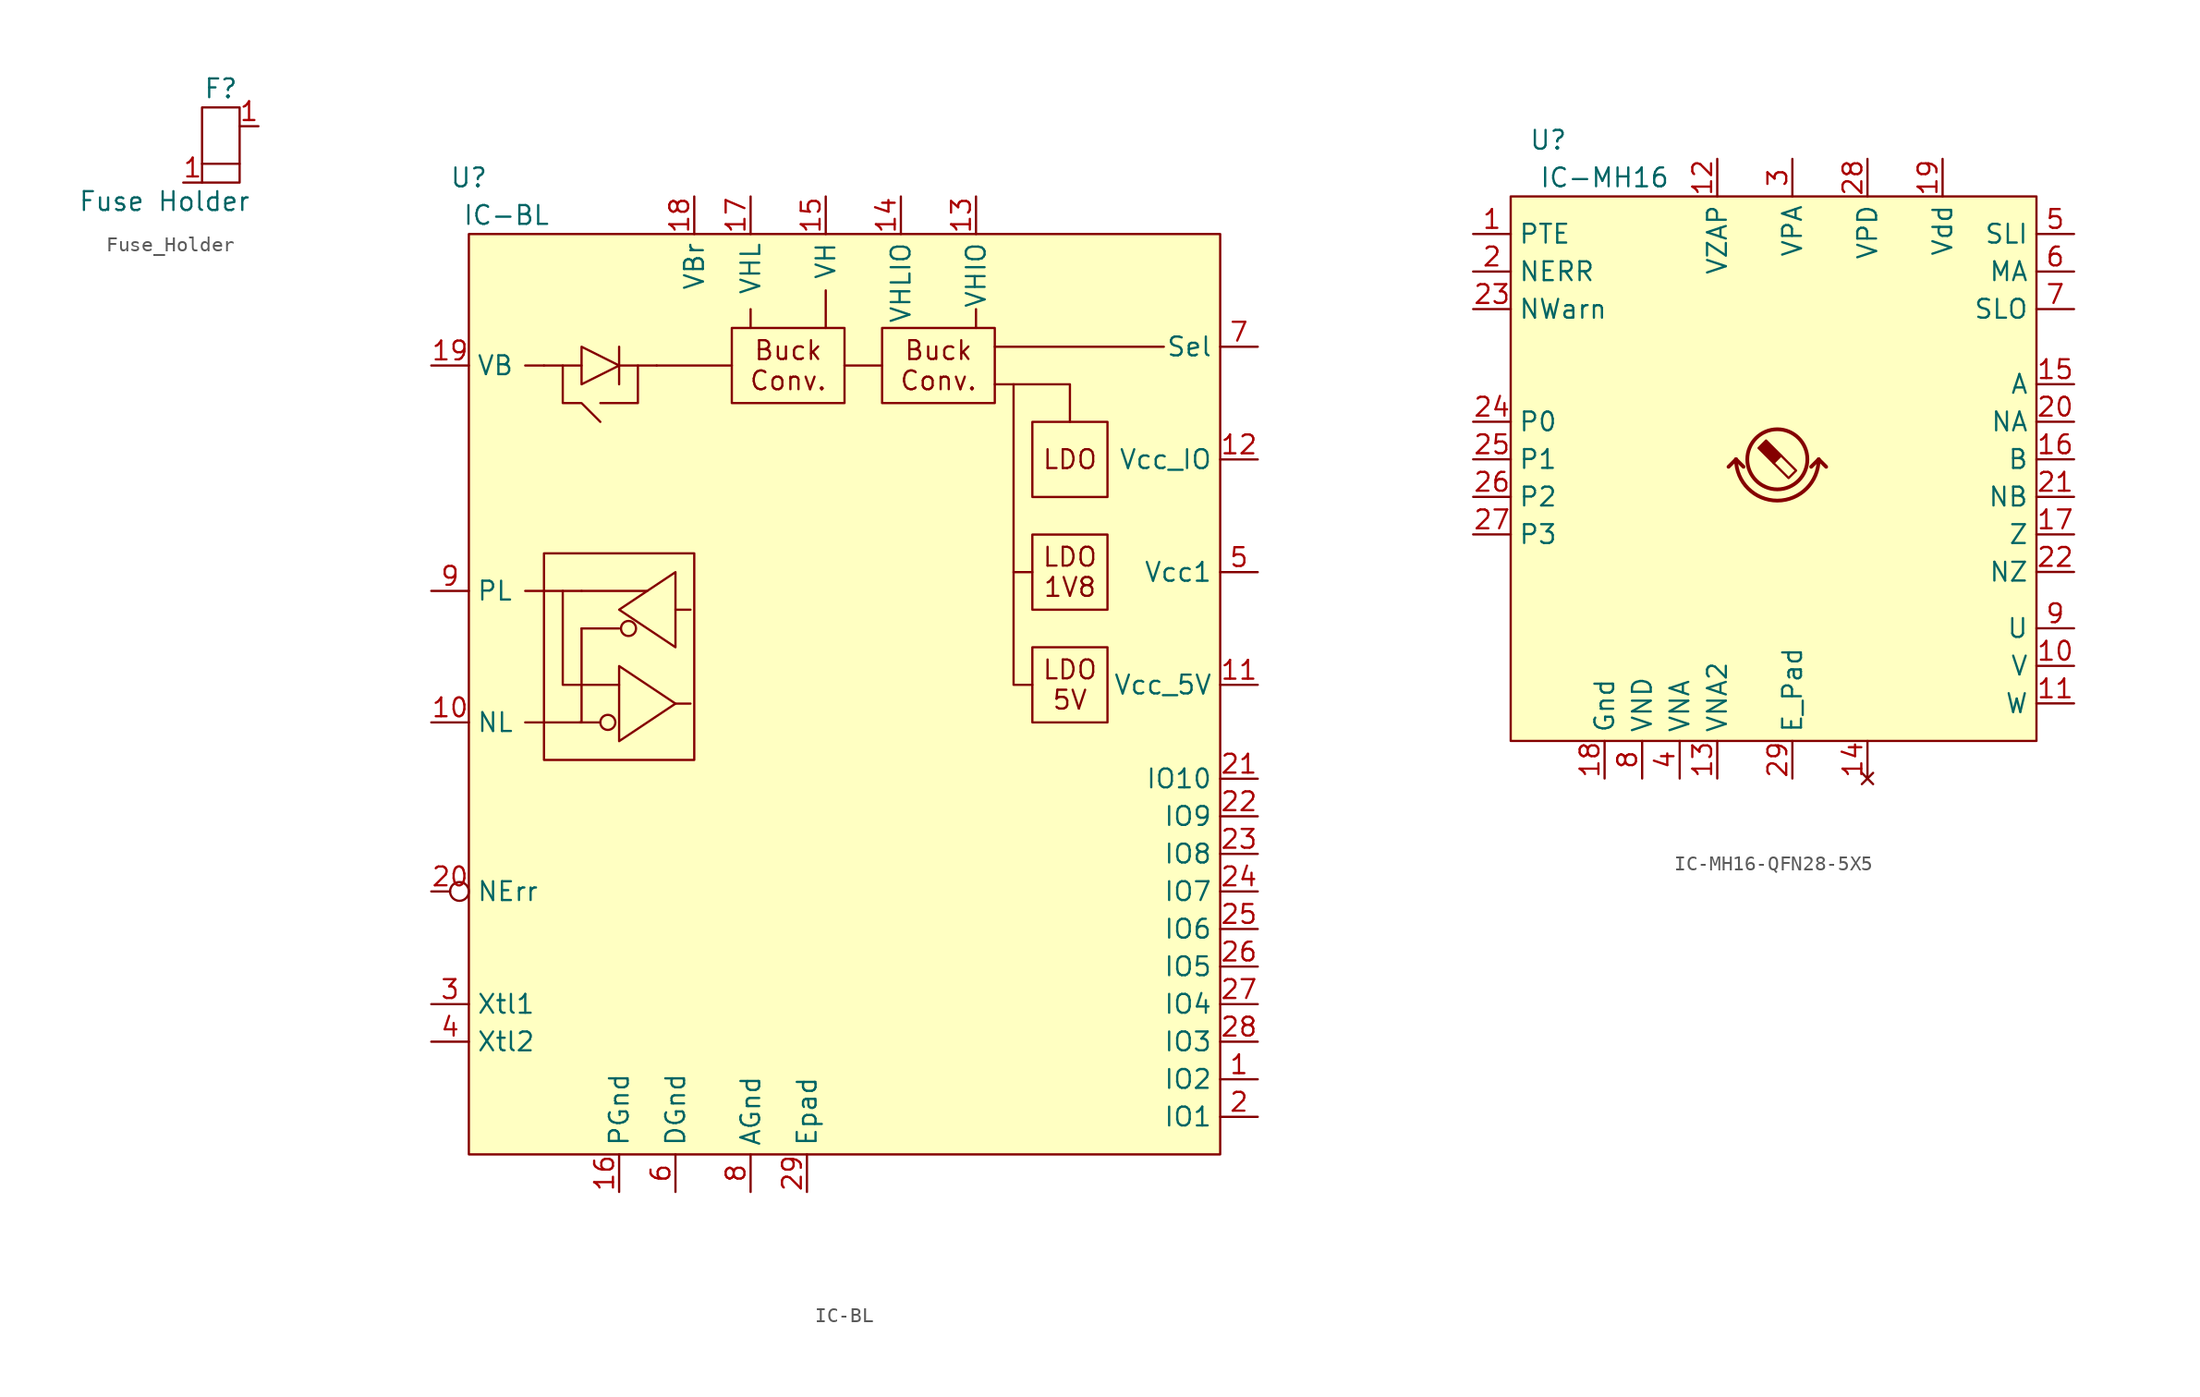
<source format=kicad_sym>
(kicad_symbol_lib
  (version 20241209)
  (generator "kicad_symbol_editor")
  (generator_version "9.0")
  (symbol "Fuse_Holder"
    (property "Reference" "F"
      (at 2.54 6.35 0)
      (effects (font (size 1.27 1.27))))
    (property "Value" "Fuse Holder"
      (at -1.27 -1.27 0)
      (effects (font (size 1.27 1.27))))
    (symbol "Fuse_Holder_0_1"
      (rectangle (start 1.27 5.08) (end 3.81 0) (stroke (width 0) (type default)) (fill (type none)))
      (polyline (pts (xy 3.81 1.27) (xy 1.27 1.27)) (stroke (width 0) (type default)) (fill (type none))))
    (symbol "Fuse_Holder_1_1"
      (pin input line (at 0 0 0) (length 1.27) (name "" (effects (font (size 1.27 1.27)))) (number "1" (effects (font (size 1.27 1.27)))))
      (pin input line (at 5.08 3.81 180) (length 1.27) (name "" (effects (font (size 1.27 1.27)))) (number "1" (effects (font (size 1.27 1.27)))))))
  (symbol "IC-BL"
    (property "Reference" "U"
      (at 2.54 12.7 0)
      (effects (font (size 1.27 1.27))))
    (property "Value" "IC-BL"
      (at 5.08 10.16 0)
      (effects (font (size 1.27 1.27))))
    (symbol "IC-BL_0_1"
      (rectangle (start 7.62 -12.7) (end 17.78 -26.67) (stroke (width 0) (type default)) (fill (type none)))
      (polyline (pts (xy 8.89 0) (xy 8.89 -2.54) (xy 10.16 -2.54) (xy 11.43 -3.81)) (stroke (width 0) (type default)) (fill (type none)))
      (polyline (pts (xy 8.89 -15.24) (xy 6.35 -15.24)) (stroke (width 0) (type default)) (fill (type none)))
      (polyline (pts (xy 10.16 0) (xy 7.62 0)) (stroke (width 0) (type default)) (fill (type none)))
      (polyline (pts (xy 10.16 -17.78) (xy 10.16 -24.13)) (stroke (width 0) (type default)) (fill (type none)))
      (polyline (pts (xy 10.16 -21.59) (xy 8.89 -21.59) (xy 8.89 -15.24) (xy 10.16 -15.24)) (stroke (width 0) (type default)) (fill (type none)))
      (polyline (pts (xy 10.16 -24.13) (xy 6.35 -24.13)) (stroke (width 0) (type default)) (fill (type none)))
      (polyline (pts (xy 11.43 -2.54) (xy 13.97 -2.54) (xy 13.97 0)) (stroke (width 0) (type default)) (fill (type none)))
      (polyline (pts (xy 12.7 0) (xy 15.24 0)) (stroke (width 0) (type default)) (fill (type none)))
      (rectangle (start 20.32 2.54) (end 27.94 -2.54) (stroke (width 0) (type default)) (fill (type none)))
      (rectangle (start 30.48 2.54) (end 38.1 -2.54) (stroke (width 0) (type default)) (fill (type none)))
      (rectangle (start 40.64 -3.81) (end 45.72 -8.89) (stroke (width 0) (type default)) (fill (type none)))
      (rectangle (start 40.64 -11.43) (end 45.72 -16.51) (stroke (width 0) (type default)) (fill (type none)))
      (rectangle (start 40.64 -19.05) (end 45.72 -24.13) (stroke (width 0) (type default)) (fill (type none))))
    (symbol "IC-BL_1_1"
      (rectangle (start 2.54 8.89) (end 53.34 -53.34) (stroke (width 0) (type default)) (fill (type background)))
      (polyline (pts (xy 7.62 0) (xy 6.35 0)) (stroke (width 0) (type default)) (fill (type none)))
      (polyline (pts (xy 10.16 -1.27) (xy 10.16 1.27) (xy 12.7 0) (xy 10.16 -1.27)) (stroke (width 0) (type default)) (fill (type none)))
      (polyline (pts (xy 11.43 -24.13) (xy 10.033 -24.13)) (stroke (width 0) (type default)) (fill (type none)))
      (circle (center 11.938 -24.13) (radius 0.508) (stroke (width 0) (type default)) (fill (type none)))
      (polyline (pts (xy 12.7 -1.27) (xy 12.7 1.27)) (stroke (width 0) (type default)) (fill (type none)))
      (polyline (pts (xy 12.7 -17.78) (xy 10.16 -17.78)) (stroke (width 0) (type default)) (fill (type none)))
      (polyline (pts (xy 12.7 -21.59) (xy 10.16 -21.59)) (stroke (width 0) (type default)) (fill (type none)))
      (polyline (pts (xy 12.7 -22.86) (xy 12.7 -25.4) (xy 16.51 -22.86) (xy 12.7 -20.32) (xy 12.7 -22.86)) (stroke (width 0) (type default)) (fill (type none)))
      (circle (center 13.335 -17.78) (radius 0.508) (stroke (width 0) (type default)) (fill (type none)))
      (polyline (pts (xy 14.605 -15.24) (xy 10.16 -15.24)) (stroke (width 0) (type default)) (fill (type none)))
      (polyline (pts (xy 15.24 0) (xy 20.32 0)) (stroke (width 0) (type default)) (fill (type none)))
      (polyline (pts (xy 16.51 -15.24) (xy 16.51 -19.05) (xy 12.7 -16.51) (xy 16.51 -13.97) (xy 16.51 -15.24)) (stroke (width 0) (type default)) (fill (type none)))
      (polyline (pts (xy 16.51 -16.51) (xy 17.526 -16.51)) (stroke (width 0) (type default)) (fill (type none)))
      (polyline (pts (xy 16.51 -22.86) (xy 17.526 -22.86)) (stroke (width 0) (type default)) (fill (type none)))
      (polyline (pts (xy 21.59 2.54) (xy 21.59 3.81)) (stroke (width 0) (type default)) (fill (type none)))
      (polyline (pts (xy 26.67 2.54) (xy 26.67 5.08)) (stroke (width 0) (type default)) (fill (type none)))
      (polyline (pts (xy 27.94 0) (xy 30.48 0)) (stroke (width 0) (type default)) (fill (type none)))
      (polyline (pts (xy 36.83 2.54) (xy 36.83 3.81)) (stroke (width 0) (type default)) (fill (type none)))
      (polyline (pts (xy 39.37 -1.27) (xy 39.37 -13.97) (xy 40.64 -13.97)) (stroke (width 0) (type default)) (fill (type none)))
      (polyline (pts (xy 39.37 -13.97) (xy 39.37 -21.59) (xy 40.64 -21.59)) (stroke (width 0) (type default)) (fill (type none)))
      (polyline (pts (xy 43.18 -3.81) (xy 43.18 -1.27) (xy 38.1 -1.27)) (stroke (width 0) (type default)) (fill (type none)))
      (polyline (pts (xy 49.53 1.27) (xy 38.1 1.27)) (stroke (width 0) (type default)) (fill (type none)))
      (text "Buck\nConv." (at 24.13 0 0) (effects (font (size 1.27 1.27))))
      (text "Buck\nConv." (at 34.29 0 0) (effects (font (size 1.27 1.27))))
      (text "LDO" (at 43.18 -6.35 0) (effects (font (size 1.27 1.27))))
      (text "LDO\n1V8" (at 43.18 -13.97 0) (effects (font (size 1.27 1.27))))
      (text "LDO\n5V" (at 43.18 -21.59 0) (effects (font (size 1.27 1.27))))
      (pin power_in line (at 0 0 0) (length 2.54) (name "VB" (effects (font (size 1.27 1.27)))) (number "19" (effects (font (size 1.27 1.27)))))
      (pin bidirectional line (at 0 -15.24 0) (length 2.54) (name "PL" (effects (font (size 1.27 1.27)))) (number "9" (effects (font (size 1.27 1.27)))))
      (pin bidirectional line (at 0 -24.13 0) (length 2.54) (name "NL" (effects (font (size 1.27 1.27)))) (number "10" (effects (font (size 1.27 1.27)))))
      (pin output inverted (at 0 -35.56 0) (length 2.54) (name "NErr" (effects (font (size 1.27 1.27)))) (number "20" (effects (font (size 1.27 1.27)))))
      (pin input line (at 0 -43.18 0) (length 2.54) (name "Xtl1" (effects (font (size 1.27 1.27)))) (number "3" (effects (font (size 1.27 1.27)))))
      (pin input line (at 0 -45.72 0) (length 2.54) (name "Xtl2" (effects (font (size 1.27 1.27)))) (number "4" (effects (font (size 1.27 1.27)))))
      (pin power_in line (at 12.7 -55.88 90) (length 2.54) (name "PGnd" (effects (font (size 1.27 1.27)))) (number "16" (effects (font (size 1.27 1.27)))))
      (pin power_in line (at 16.51 -55.88 90) (length 2.54) (name "DGnd" (effects (font (size 1.27 1.27)))) (number "6" (effects (font (size 1.27 1.27)))))
      (pin passive line (at 17.78 11.43 270) (length 2.54) (name "VBr" (effects (font (size 1.27 1.27)))) (number "18" (effects (font (size 1.27 1.27)))))
      (pin passive line (at 21.59 11.43 270) (length 2.54) (name "VHL" (effects (font (size 1.27 1.27)))) (number "17" (effects (font (size 1.27 1.27)))))
      (pin power_in line (at 21.59 -55.88 90) (length 2.54) (name "AGnd" (effects (font (size 1.27 1.27)))) (number "8" (effects (font (size 1.27 1.27)))))
      (pin power_in line (at 25.4 -55.88 90) (length 2.54) (name "Epad" (effects (font (size 1.27 1.27)))) (number "29" (effects (font (size 1.27 1.27)))))
      (pin passive line (at 26.67 11.43 270) (length 2.54) (name "VH" (effects (font (size 1.27 1.27)))) (number "15" (effects (font (size 1.27 1.27)))))
      (pin passive line (at 31.75 11.43 270) (length 2.54) (name "VHLIO" (effects (font (size 1.27 1.27)))) (number "14" (effects (font (size 1.27 1.27)))))
      (pin passive line (at 36.83 11.43 270) (length 2.54) (name "VHIO" (effects (font (size 1.27 1.27)))) (number "13" (effects (font (size 1.27 1.27)))))
      (pin input line (at 55.88 1.27 180) (length 2.54) (name "Sel" (effects (font (size 1.27 1.27)))) (number "7" (effects (font (size 1.27 1.27)))))
      (pin power_out line (at 55.88 -6.35 180) (length 2.54) (name "Vcc_IO" (effects (font (size 1.27 1.27)))) (number "12" (effects (font (size 1.27 1.27)))))
      (pin power_in line (at 55.88 -13.97 180) (length 2.54) (name "Vcc1" (effects (font (size 1.27 1.27)))) (number "5" (effects (font (size 1.27 1.27)))))
      (pin power_out line (at 55.88 -21.59 180) (length 2.54) (name "Vcc_5V" (effects (font (size 1.27 1.27)))) (number "11" (effects (font (size 1.27 1.27)))))
      (pin bidirectional line (at 55.88 -27.94 180) (length 2.54) (name "IO10" (effects (font (size 1.27 1.27)))) (number "21" (effects (font (size 1.27 1.27)))))
      (pin bidirectional line (at 55.88 -30.48 180) (length 2.54) (name "IO9" (effects (font (size 1.27 1.27)))) (number "22" (effects (font (size 1.27 1.27)))))
      (pin bidirectional line (at 55.88 -33.02 180) (length 2.54) (name "IO8" (effects (font (size 1.27 1.27)))) (number "23" (effects (font (size 1.27 1.27)))))
      (pin bidirectional line (at 55.88 -35.56 180) (length 2.54) (name "IO7" (effects (font (size 1.27 1.27)))) (number "24" (effects (font (size 1.27 1.27)))))
      (pin bidirectional line (at 55.88 -38.1 180) (length 2.54) (name "IO6" (effects (font (size 1.27 1.27)))) (number "25" (effects (font (size 1.27 1.27)))))
      (pin bidirectional line (at 55.88 -40.64 180) (length 2.54) (name "IO5" (effects (font (size 1.27 1.27)))) (number "26" (effects (font (size 1.27 1.27)))))
      (pin bidirectional line (at 55.88 -43.18 180) (length 2.54) (name "IO4" (effects (font (size 1.27 1.27)))) (number "27" (effects (font (size 1.27 1.27)))))
      (pin bidirectional line (at 55.88 -45.72 180) (length 2.54) (name "IO3" (effects (font (size 1.27 1.27)))) (number "28" (effects (font (size 1.27 1.27)))))
      (pin bidirectional line (at 55.88 -48.26 180) (length 2.54) (name "IO2" (effects (font (size 1.27 1.27)))) (number "1" (effects (font (size 1.27 1.27)))))
      (pin bidirectional line (at 55.88 -50.8 180) (length 2.54) (name "IO1" (effects (font (size 1.27 1.27)))) (number "2" (effects (font (size 1.27 1.27)))))))
  (symbol "IC-MH16-QFN28-5X5"
    (property "Reference" "U"
      (at 5.08 6.35 0)
      (effects (font (size 1.27 1.27))))
    (property "Value" "IC-MH16"
      (at 8.89 3.81 0)
      (effects (font (size 1.27 1.27))))
    (symbol "IC-MH16-QFN28-5X5_1_1"
      (rectangle (start 2.54 2.54) (end 38.1 -34.29) (stroke (width 0) (type default)) (fill (type background)))
      (polyline (pts (xy 17.78 -15.24) (xy 17.272 -15.748)) (stroke (width 0.254) (type default)) (fill (type none)))
      (polyline (pts (xy 17.78 -15.24) (xy 18.288 -15.748)) (stroke (width 0.254) (type default)) (fill (type none)))
      (polyline (pts (xy 19.812 -13.97) (xy 20.828 -14.986) (xy 20.32 -15.494) (xy 19.304 -14.478) (xy 19.558 -14.224) (xy 19.812 -13.97) (xy 19.939 -14.097)) (stroke (width 0) (type default)) (fill (type outline)))
      (arc (start 23.368 -15.24) (mid 20.574 -18.0219) (end 17.78 -15.24) (stroke (width 0.254) (type default)) (fill (type none)))
      (circle (center 20.574 -15.24) (radius 2.032) (stroke (width 0.254) (type default)) (fill (type none)))
      (polyline (pts (xy 20.828 -14.986) (xy 21.844 -16.002) (xy 21.336 -16.51) (xy 20.32 -15.494)) (stroke (width 0) (type default)) (fill (type none)))
      (polyline (pts (xy 23.368 -15.24) (xy 22.86 -15.748)) (stroke (width 0.254) (type default)) (fill (type none)))
      (polyline (pts (xy 23.368 -15.24) (xy 23.876 -15.748)) (stroke (width 0.254) (type default)) (fill (type none)))
      (pin input line (at 0 0 0) (length 2.54) (name "PTE" (effects (font (size 1.27 1.27)))) (number "1" (effects (font (size 1.27 1.27)))))
      (pin output line (at 0 -2.54 0) (length 2.54) (name "NERR" (effects (font (size 1.27 1.27)))) (number "2" (effects (font (size 1.27 1.27)))))
      (pin input line (at 0 -5.08 0) (length 2.54) (name "NWarn" (effects (font (size 1.27 1.27)))) (number "23" (effects (font (size 1.27 1.27)))))
      (pin bidirectional line (at 0 -12.7 0) (length 2.54) (name "P0" (effects (font (size 1.27 1.27)))) (number "24" (effects (font (size 1.27 1.27)))))
      (pin bidirectional line (at 0 -15.24 0) (length 2.54) (name "P1" (effects (font (size 1.27 1.27)))) (number "25" (effects (font (size 1.27 1.27)))))
      (pin bidirectional line (at 0 -17.78 0) (length 2.54) (name "P2" (effects (font (size 1.27 1.27)))) (number "26" (effects (font (size 1.27 1.27)))))
      (pin bidirectional line (at 0 -20.32 0) (length 2.54) (name "P3" (effects (font (size 1.27 1.27)))) (number "27" (effects (font (size 1.27 1.27)))))
      (pin power_in line (at 8.89 -36.83 90) (length 2.54) (name "Gnd" (effects (font (size 1.27 1.27)))) (number "18" (effects (font (size 1.27 1.27)))))
      (pin power_in line (at 11.43 -36.83 90) (length 2.54) (name "VND" (effects (font (size 1.27 1.27)))) (number "8" (effects (font (size 1.27 1.27)))))
      (pin power_in line (at 13.97 -36.83 90) (length 2.54) (name "VNA" (effects (font (size 1.27 1.27)))) (number "4" (effects (font (size 1.27 1.27)))))
      (pin power_in line (at 16.51 5.08 270) (length 2.54) (name "VZAP" (effects (font (size 1.27 1.27)))) (number "12" (effects (font (size 1.27 1.27)))))
      (pin power_in line (at 16.51 -36.83 90) (length 2.54) (name "VNA2" (effects (font (size 1.27 1.27)))) (number "13" (effects (font (size 1.27 1.27)))))
      (pin power_in line (at 21.59 5.08 270) (length 2.54) (name "VPA" (effects (font (size 1.27 1.27)))) (number "3" (effects (font (size 1.27 1.27)))))
      (pin power_in line (at 21.59 -36.83 90) (length 2.54) (name "E_Pad" (effects (font (size 1.27 1.27)))) (number "29" (effects (font (size 1.27 1.27)))))
      (pin power_in line (at 26.67 5.08 270) (length 2.54) (name "VPD" (effects (font (size 1.27 1.27)))) (number "28" (effects (font (size 1.27 1.27)))))
      (pin no_connect line (at 26.67 -36.83 90) (length 2.54) (name "" (effects (font (size 1.27 1.27)))) (number "14" (effects (font (size 1.27 1.27)))))
      (pin power_in line (at 31.75 5.08 270) (length 2.54) (name "Vdd" (effects (font (size 1.27 1.27)))) (number "19" (effects (font (size 1.27 1.27)))))
      (pin input line (at 40.64 0 180) (length 2.54) (name "SLI" (effects (font (size 1.27 1.27)))) (number "5" (effects (font (size 1.27 1.27)))))
      (pin input line (at 40.64 -2.54 180) (length 2.54) (name "MA" (effects (font (size 1.27 1.27)))) (number "6" (effects (font (size 1.27 1.27)))))
      (pin output line (at 40.64 -5.08 180) (length 2.54) (name "SLO" (effects (font (size 1.27 1.27)))) (number "7" (effects (font (size 1.27 1.27)))))
      (pin output line (at 40.64 -10.16 180) (length 2.54) (name "A" (effects (font (size 1.27 1.27)))) (number "15" (effects (font (size 1.27 1.27)))))
      (pin output line (at 40.64 -12.7 180) (length 2.54) (name "NA" (effects (font (size 1.27 1.27)))) (number "20" (effects (font (size 1.27 1.27)))))
      (pin output line (at 40.64 -15.24 180) (length 2.54) (name "B" (effects (font (size 1.27 1.27)))) (number "16" (effects (font (size 1.27 1.27)))))
      (pin output line (at 40.64 -17.78 180) (length 2.54) (name "NB" (effects (font (size 1.27 1.27)))) (number "21" (effects (font (size 1.27 1.27)))))
      (pin output line (at 40.64 -20.32 180) (length 2.54) (name "Z" (effects (font (size 1.27 1.27)))) (number "17" (effects (font (size 1.27 1.27)))))
      (pin output line (at 40.64 -22.86 180) (length 2.54) (name "NZ" (effects (font (size 1.27 1.27)))) (number "22" (effects (font (size 1.27 1.27)))))
      (pin output line (at 40.64 -26.67 180) (length 2.54) (name "U" (effects (font (size 1.27 1.27)))) (number "9" (effects (font (size 1.27 1.27)))))
      (pin output line (at 40.64 -29.21 180) (length 2.54) (name "V" (effects (font (size 1.27 1.27)))) (number "10" (effects (font (size 1.27 1.27)))))
      (pin output line (at 40.64 -31.75 180) (length 2.54) (name "W" (effects (font (size 1.27 1.27)))) (number "11" (effects (font (size 1.27 1.27))))))))
</source>
